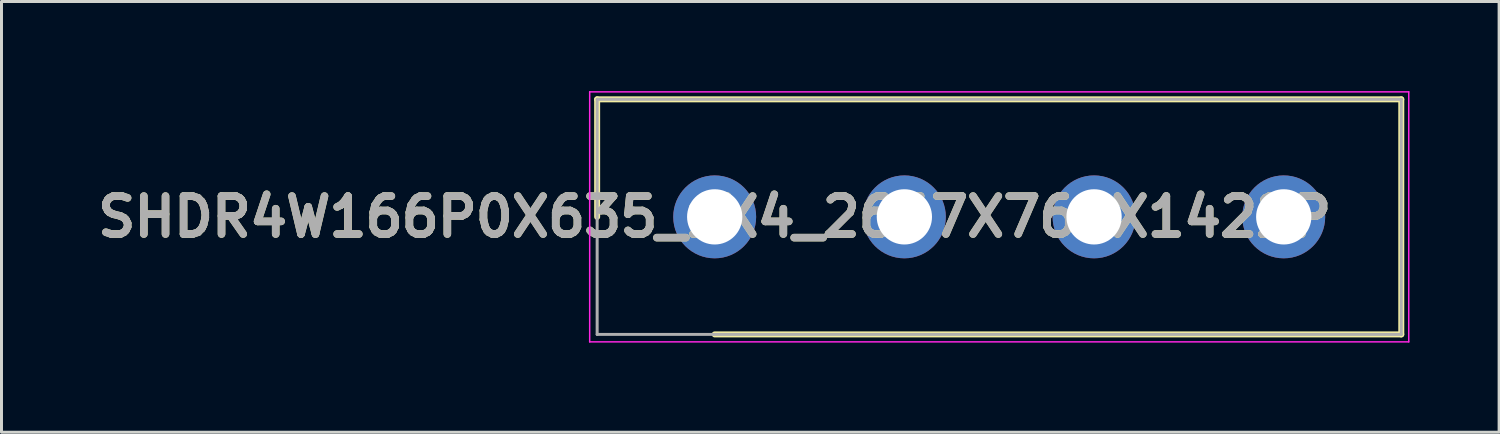
<source format=kicad_pcb>
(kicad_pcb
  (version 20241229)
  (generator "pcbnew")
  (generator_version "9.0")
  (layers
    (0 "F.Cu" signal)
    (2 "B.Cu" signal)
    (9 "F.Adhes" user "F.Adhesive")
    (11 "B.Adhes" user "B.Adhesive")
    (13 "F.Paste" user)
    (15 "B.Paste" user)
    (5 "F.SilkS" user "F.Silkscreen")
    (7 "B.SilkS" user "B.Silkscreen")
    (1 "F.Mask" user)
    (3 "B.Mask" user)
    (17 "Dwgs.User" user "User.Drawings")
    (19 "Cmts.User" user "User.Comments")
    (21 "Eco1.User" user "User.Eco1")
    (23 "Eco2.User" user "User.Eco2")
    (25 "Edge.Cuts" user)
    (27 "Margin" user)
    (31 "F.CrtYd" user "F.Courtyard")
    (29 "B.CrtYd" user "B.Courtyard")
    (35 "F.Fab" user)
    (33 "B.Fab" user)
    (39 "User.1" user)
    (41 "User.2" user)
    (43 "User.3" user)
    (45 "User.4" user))
  (footprint "SHDR4W166P0X635_1X4_2667X762X1422P"
    (layer "F.Cu")
    (at 20.876 4.21)
    (property "Reference" "SHDR4W166P0X635_1X4_2667X762X1422P" (at 0 0 0) (layer "F.SilkS") (effects (font (size 1.27 1.27) (thickness 0.254))))
    (attr through_hole)
    (fp_line (start -3.935 -3.935) (end -3.935 0) (stroke (width 0.2) (type solid)) (layer "F.SilkS"))
    (fp_line (start 0 3.935) (end 22.985 3.935) (stroke (width 0.2) (type solid)) (layer "F.SilkS"))
    (fp_line (start 22.985 -3.935) (end -3.935 -3.935) (stroke (width 0.2) (type solid)) (layer "F.SilkS"))
    (fp_line (start 22.985 3.935) (end 22.985 -3.935) (stroke (width 0.2) (type solid)) (layer "F.SilkS"))
    (fp_line (start -4.185 -4.185) (end 23.235 -4.185) (stroke (width 0.05) (type solid)) (layer "F.CrtYd"))
    (fp_line (start -4.185 4.185) (end -4.185 -4.185) (stroke (width 0.05) (type solid)) (layer "F.CrtYd"))
    (fp_line (start 23.235 -4.185) (end 23.235 4.185) (stroke (width 0.05) (type solid)) (layer "F.CrtYd"))
    (fp_line (start 23.235 4.185) (end -4.185 4.185) (stroke (width 0.05) (type solid)) (layer "F.CrtYd"))
    (fp_line (start -3.935 -3.935) (end 22.985 -3.935) (stroke (width 0.1) (type solid)) (layer "F.Fab"))
    (fp_line (start -3.935 3.935) (end -3.935 -3.935) (stroke (width 0.1) (type solid)) (layer "F.Fab"))
    (fp_line (start 22.985 -3.935) (end 22.985 3.935) (stroke (width 0.1) (type solid)) (layer "F.Fab"))
    (fp_line (start 22.985 3.935) (end -3.935 3.935) (stroke (width 0.1) (type solid)) (layer "F.Fab"))
    (fp_text user "${REFERENCE}" (at 0 0 0) (layer "F.Fab") (effects (font (size 1.27 1.27) (thickness 0.254))))
    (pad "1" thru_hole circle (at 0 0) (size 2.775 2.775) (drill 1.85) (layers "*.Cu" "*.Mask"))
    (pad "2" thru_hole circle (at 6.35 0) (size 2.775 2.775) (drill 1.85) (layers "*.Cu" "*.Mask"))
    (pad "3" thru_hole circle (at 12.7 0) (size 2.775 2.775) (drill 1.85) (layers "*.Cu" "*.Mask"))
    (pad "4" thru_hole circle (at 19.05 0) (size 2.775 2.775) (drill 1.85) (layers "*.Cu" "*.Mask")))
  (gr_rect
    (start -3 -3)
    (end 47.136 11.42)
    (stroke (width 0.1) (type default))
    (fill no)
    (layer "Edge.Cuts")))
</source>
